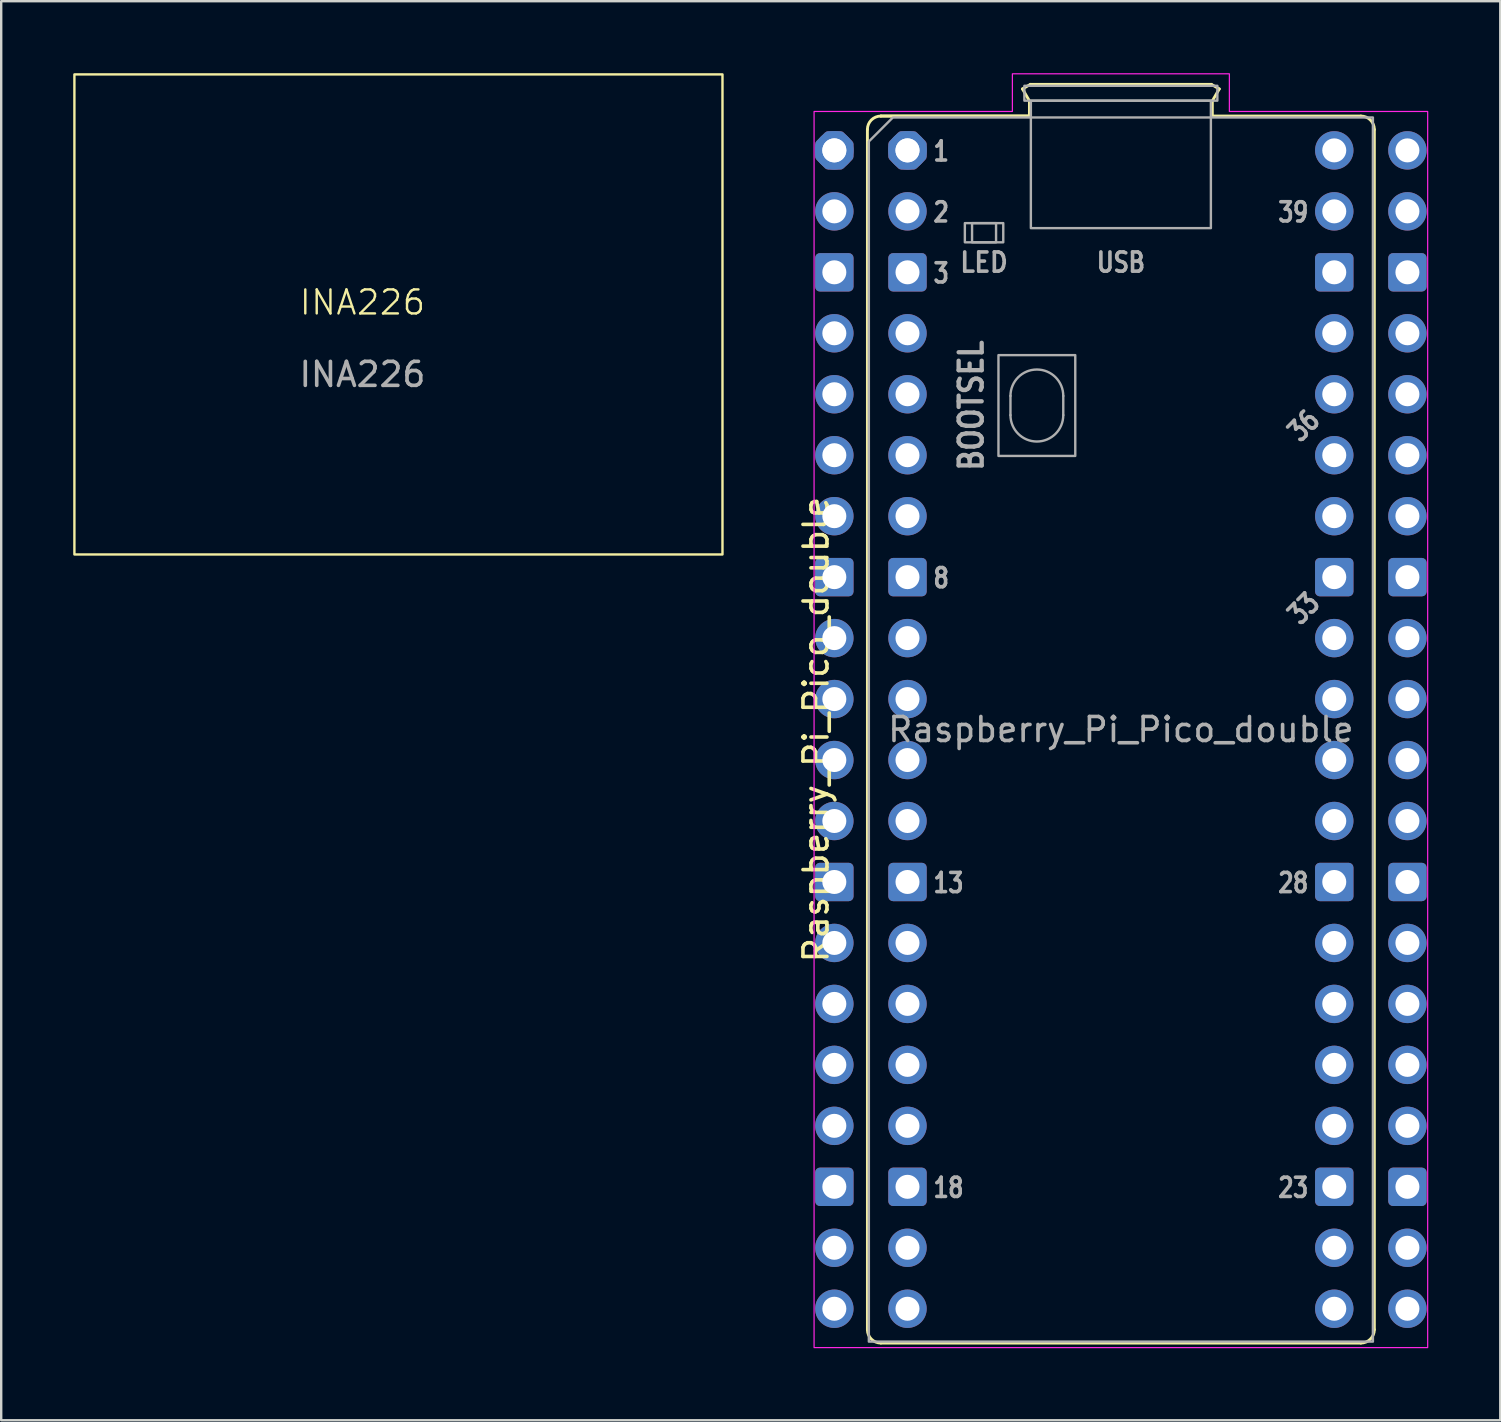
<source format=kicad_pcb>
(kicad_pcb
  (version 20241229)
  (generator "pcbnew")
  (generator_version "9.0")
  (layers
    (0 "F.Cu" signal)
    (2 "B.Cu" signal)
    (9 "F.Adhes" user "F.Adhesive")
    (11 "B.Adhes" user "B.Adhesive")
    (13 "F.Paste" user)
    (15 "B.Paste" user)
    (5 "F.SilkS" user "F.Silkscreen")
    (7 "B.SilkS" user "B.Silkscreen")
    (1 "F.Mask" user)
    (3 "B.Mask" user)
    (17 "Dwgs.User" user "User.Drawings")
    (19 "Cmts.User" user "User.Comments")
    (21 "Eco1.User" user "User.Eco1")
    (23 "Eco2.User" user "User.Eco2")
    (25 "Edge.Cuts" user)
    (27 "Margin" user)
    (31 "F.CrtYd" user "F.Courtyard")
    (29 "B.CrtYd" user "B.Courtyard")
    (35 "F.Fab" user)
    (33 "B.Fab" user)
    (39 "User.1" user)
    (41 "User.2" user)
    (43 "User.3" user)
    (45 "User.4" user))
  (footprint "INA226"
    (layer "F.Cu")
    (at 12.05 10.05)
    (property "Reference" "INA226" (at 0 -0.5 0) (unlocked yes) (layer "F.SilkS") (effects (font (size 1 1) (thickness 0.1))))
    (attr through_hole)
    (fp_rect (start -12 -10) (end 15 10) (stroke (width 0.1) (type default)) (fill no) (layer "F.SilkS"))
    (fp_text user "${REFERENCE}" (at 0 2.5 0) (unlocked yes) (layer "F.Fab") (effects (font (size 1 1) (thickness 0.15)))))
  (footprint "Raspberry_Pi_Pico_double"
    (layer "F.Cu")
    (at 34.758 3.215)
    (property "Reference" "Raspberry_Pi_Pico_double" (at -3.81 24.13 270) (layer "F.SilkS") (effects (font (size 1 1) (thickness 0.15))))
    (attr through_hole)
    (fp_line (start -1.67 -0.87) (end -1.67 49.13) (stroke (width 0.12) (type solid)) (layer "F.SilkS"))
    (fp_line (start -1.11 -1.43) (end 5.08 -1.43) (stroke (width 0.12) (type solid)) (layer "F.SilkS"))
    (fp_line (start -1.11 49.69) (end 18.89 49.69) (stroke (width 0.12) (type solid)) (layer "F.SilkS"))
    (fp_line (start 4.79 -2.56) (end 5.12 -2.75) (stroke (width 0.12) (type solid)) (layer "F.SilkS"))
    (fp_line (start 5.08 -2.06) (end 4.79 -2.56) (stroke (width 0.12) (type solid)) (layer "F.SilkS"))
    (fp_line (start 5.08 -1.43) (end -1.11 -1.43) (stroke (width 0.12) (type solid)) (layer "F.SilkS"))
    (fp_line (start 5.08 -1.43) (end 5.08 -2.06) (stroke (width 0.12) (type solid)) (layer "F.SilkS"))
    (fp_line (start 5.12 -2.75) (end 12.66 -2.75) (stroke (width 0.12) (type solid)) (layer "F.SilkS"))
    (fp_line (start 12.66 -2.75) (end 12.99 -2.56) (stroke (width 0.12) (type solid)) (layer "F.SilkS"))
    (fp_line (start 12.7 -2.06) (end 12.7 -1.43) (stroke (width 0.12) (type solid)) (layer "F.SilkS"))
    (fp_line (start 12.99 -2.56) (end 12.7 -2.06) (stroke (width 0.12) (type solid)) (layer "F.SilkS"))
    (fp_line (start 18.89 -1.43) (end 12.7 -1.43) (stroke (width 0.12) (type solid)) (layer "F.SilkS"))
    (fp_line (start 19.45 -0.87) (end 19.45 49.13) (stroke (width 0.12) (type solid)) (layer "F.SilkS"))
    (fp_arc (start -1.67 -0.87) (mid -1.50598 -1.26598) (end -1.11 -1.43) (stroke (width 0.12) (type solid)) (layer "F.SilkS"))
    (fp_arc (start -1.11 49.69) (mid -1.50598 49.52598) (end -1.67 49.13) (stroke (width 0.12) (type solid)) (layer "F.SilkS"))
    (fp_arc (start 18.89 -1.43) (mid 19.28598 -1.26598) (end 19.45 -0.87) (stroke (width 0.12) (type solid)) (layer "F.SilkS"))
    (fp_arc (start 19.45 49.13) (mid 19.28598 49.52598) (end 18.89 49.69) (stroke (width 0.12) (type solid)) (layer "F.SilkS"))
    (fp_poly (pts (xy 13.41 -1.62) (xy 21.672 -1.62) (xy 21.672 49.88) (xy -3.892 49.88) (xy -3.892 -1.62) (xy 4.37 -1.62) (xy 4.37 -3.19) (xy 13.41 -3.19)) (stroke (width 0.05) (type solid)) (fill no) (layer "F.CrtYd"))
    (fp_line (start 4.29 10.23) (end 4.29 11.03) (stroke (width 0.1) (type solid)) (layer "F.Fab"))
    (fp_line (start 6.49 10.23) (end 6.49 11.03) (stroke (width 0.1) (type solid)) (layer "F.Fab"))
    (fp_rect (start 2.39 3.03) (end 3.99 3.83) (stroke (width 0.1) (type solid)) (fill no) (layer "F.Fab"))
    (fp_rect (start 2.69 3.03) (end 3.69 3.83) (stroke (width 0.1) (type solid)) (fill no) (layer "F.Fab"))
    (fp_rect (start 3.79 8.53) (end 6.99 12.73) (stroke (width 0.1) (type solid)) (fill no) (layer "F.Fab"))
    (fp_rect (start 4.87 -2.69) (end 12.91 -2.07) (stroke (width 0.1) (type solid)) (fill no) (layer "F.Fab"))
    (fp_rect (start 5.14 -2.07) (end 12.64 3.24) (stroke (width 0.1) (type solid)) (fill no) (layer "F.Fab"))
    (fp_arc (start 4.29 10.23) (mid 5.39 9.13) (end 6.49 10.23) (stroke (width 0.1) (type solid)) (layer "F.Fab"))
    (fp_arc (start 6.49 11.03) (mid 5.39 12.13) (end 4.29 11.03) (stroke (width 0.1) (type solid)) (layer "F.Fab"))
    (fp_poly (pts (xy 19.39 49.63) (xy -1.61 49.63) (xy -1.61 -0.37) (xy -0.61 -1.37) (xy 19.39 -1.37)) (stroke (width 0.1) (type solid)) (fill no) (layer "F.Fab"))
    (fp_text user "8" (at 1 17.818 0) (unlocked yes) (layer "F.Fab") (effects (font (size 0.8 0.64) (thickness 0.15)) (justify left)))
    (fp_text user "18" (at 1 43.218 0) (unlocked yes) (layer "F.Fab") (effects (font (size 0.8 0.64) (thickness 0.15)) (justify left)))
    (fp_text user "36" (at 16.51 11.468 45) (unlocked yes) (layer "F.Fab") (effects (font (size 0.8 0.64) (thickness 0.15))))
    (fp_text user "23" (at 16.78 43.218 0) (unlocked yes) (layer "F.Fab") (effects (font (size 0.8 0.64) (thickness 0.15)) (justify right)))
    (fp_text user "3" (at 1 5.118 0) (unlocked yes) (layer "F.Fab") (effects (font (size 0.8 0.64) (thickness 0.15)) (justify left)))
    (fp_text user "1" (at 1 0.038 0) (unlocked yes) (layer "F.Fab") (effects (font (size 0.8 0.64) (thickness 0.15)) (justify left)))
    (fp_text user "${REFERENCE}" (at 8.89 24.13 0) (unlocked yes) (layer "F.Fab") (effects (font (size 1 1) (thickness 0.15))))
    (fp_text user "LED" (at 3.19 4.668 0) (unlocked yes) (layer "F.Fab") (effects (font (size 0.8 0.72) (thickness 0.15))))
    (fp_text user "2" (at 1 2.578 0) (unlocked yes) (layer "F.Fab") (effects (font (size 0.8 0.64) (thickness 0.15)) (justify left)))
    (fp_text user "13" (at 1 30.518 0) (unlocked yes) (layer "F.Fab") (effects (font (size 0.8 0.64) (thickness 0.15)) (justify left)))
    (fp_text user "33" (at 16.51 19.088 45) (unlocked yes) (layer "F.Fab") (effects (font (size 0.8 0.64) (thickness 0.15))))
    (fp_text user "BOOTSEL" (at 2.656 10.63 90) (unlocked yes) (layer "F.Fab") (effects (font (size 0.96 0.825) (thickness 0.18))))
    (fp_text user "USB" (at 8.89 4.668 0) (unlocked yes) (layer "F.Fab") (effects (font (size 0.8 0.66) (thickness 0.15))))
    (fp_text user "28" (at 16.78 30.518 0) (unlocked yes) (layer "F.Fab") (effects (font (size 0.8 0.64) (thickness 0.15)) (justify right)))
    (fp_text user "39" (at 16.78 2.578 0) (unlocked yes) (layer "F.Fab") (effects (font (size 0.8 0.64) (thickness 0.15)) (justify right)))
    (pad "1" thru_hole circle (at -3.048 0) (size 1.6 1.6) (drill 1) (layers "*.Cu" "*.Mask"))
    (pad "1" thru_hole custom (at -3.048 0) (size 1.6 1.6) (drill 1) (layers "*.Cu" "*.Mask") (options (anchor circle)) (primitives (gr_poly (pts (xy 0.6 0.249) (xy 0.249 0.6) (xy -0.249 0.6) (xy -0.6 0.249) (xy -0.6 -0.249) (xy -0.249 -0.6) (xy 0.249 -0.6) (xy 0.6 -0.249)) (width 0.4) (fill yes))))
    (pad "1" thru_hole circle (at 0 0) (size 1.6 1.6) (drill 1) (layers "*.Cu" "*.Mask"))
    (pad "1" thru_hole custom (at 0 0) (size 1.6 1.6) (drill 1) (layers "*.Cu" "*.Mask") (options (anchor circle)) (primitives (gr_poly (pts (xy 0.6 0.249) (xy 0.249 0.6) (xy -0.249 0.6) (xy -0.6 0.249) (xy -0.6 -0.249) (xy -0.249 -0.6) (xy 0.249 -0.6) (xy 0.6 -0.249)) (width 0.4) (fill yes))))
    (pad "2" thru_hole circle (at -3.048 2.54) (size 1.6 1.6) (drill 1) (layers "*.Cu" "*.Mask"))
    (pad "2" thru_hole circle (at 0 2.54) (size 1.6 1.6) (drill 1) (layers "*.Cu" "*.Mask"))
    (pad "3" thru_hole roundrect (at -3.048 5.08) (size 1.6 1.6) (drill 1) (layers "*.Cu" "*.Mask") (roundrect_rratio 0.125))
    (pad "3" thru_hole roundrect (at 0 5.08) (size 1.6 1.6) (drill 1) (layers "*.Cu" "*.Mask") (roundrect_rratio 0.125))
    (pad "4" thru_hole circle (at -3.048 7.62) (size 1.6 1.6) (drill 1) (layers "*.Cu" "*.Mask"))
    (pad "4" thru_hole circle (at 0 7.62) (size 1.6 1.6) (drill 1) (layers "*.Cu" "*.Mask"))
    (pad "5" thru_hole circle (at -3.048 10.16) (size 1.6 1.6) (drill 1) (layers "*.Cu" "*.Mask"))
    (pad "5" thru_hole circle (at 0 10.16) (size 1.6 1.6) (drill 1) (layers "*.Cu" "*.Mask"))
    (pad "6" thru_hole circle (at -3.048 12.7) (size 1.6 1.6) (drill 1) (layers "*.Cu" "*.Mask"))
    (pad "6" thru_hole circle (at 0 12.7) (size 1.6 1.6) (drill 1) (layers "*.Cu" "*.Mask"))
    (pad "7" thru_hole circle (at -3.048 15.24) (size 1.6 1.6) (drill 1) (layers "*.Cu" "*.Mask"))
    (pad "7" thru_hole circle (at 0 15.24) (size 1.6 1.6) (drill 1) (layers "*.Cu" "*.Mask"))
    (pad "8" thru_hole roundrect (at -3.048 17.78) (size 1.6 1.6) (drill 1) (layers "*.Cu" "*.Mask") (roundrect_rratio 0.125))
    (pad "8" thru_hole roundrect (at 0 17.78) (size 1.6 1.6) (drill 1) (layers "*.Cu" "*.Mask") (roundrect_rratio 0.125))
    (pad "9" thru_hole circle (at -3.048 20.32) (size 1.6 1.6) (drill 1) (layers "*.Cu" "*.Mask"))
    (pad "9" thru_hole circle (at 0 20.32) (size 1.6 1.6) (drill 1) (layers "*.Cu" "*.Mask"))
    (pad "10" thru_hole circle (at -3.048 22.86) (size 1.6 1.6) (drill 1) (layers "*.Cu" "*.Mask"))
    (pad "10" thru_hole circle (at 0 22.86) (size 1.6 1.6) (drill 1) (layers "*.Cu" "*.Mask"))
    (pad "11" thru_hole circle (at -3.048 25.4) (size 1.6 1.6) (drill 1) (layers "*.Cu" "*.Mask"))
    (pad "11" thru_hole circle (at 0 25.4) (size 1.6 1.6) (drill 1) (layers "*.Cu" "*.Mask"))
    (pad "12" thru_hole circle (at -3.048 27.94) (size 1.6 1.6) (drill 1) (layers "*.Cu" "*.Mask"))
    (pad "12" thru_hole circle (at 0 27.94) (size 1.6 1.6) (drill 1) (layers "*.Cu" "*.Mask"))
    (pad "13" thru_hole roundrect (at -3.048 30.48) (size 1.6 1.6) (drill 1) (layers "*.Cu" "*.Mask") (roundrect_rratio 0.125))
    (pad "13" thru_hole roundrect (at 0 30.48) (size 1.6 1.6) (drill 1) (layers "*.Cu" "*.Mask") (roundrect_rratio 0.125))
    (pad "14" thru_hole circle (at -3.048 33.02) (size 1.6 1.6) (drill 1) (layers "*.Cu" "*.Mask"))
    (pad "14" thru_hole circle (at 0 33.02) (size 1.6 1.6) (drill 1) (layers "*.Cu" "*.Mask"))
    (pad "15" thru_hole circle (at -3.048 35.56) (size 1.6 1.6) (drill 1) (layers "*.Cu" "*.Mask"))
    (pad "15" thru_hole circle (at 0 35.56) (size 1.6 1.6) (drill 1) (layers "*.Cu" "*.Mask"))
    (pad "16" thru_hole circle (at -3.048 38.1) (size 1.6 1.6) (drill 1) (layers "*.Cu" "*.Mask"))
    (pad "16" thru_hole circle (at 0 38.1) (size 1.6 1.6) (drill 1) (layers "*.Cu" "*.Mask"))
    (pad "17" thru_hole circle (at -3.048 40.64) (size 1.6 1.6) (drill 1) (layers "*.Cu" "*.Mask"))
    (pad "17" thru_hole circle (at 0 40.64) (size 1.6 1.6) (drill 1) (layers "*.Cu" "*.Mask"))
    (pad "18" thru_hole roundrect (at -3.048 43.18) (size 1.6 1.6) (drill 1) (layers "*.Cu" "*.Mask") (roundrect_rratio 0.125))
    (pad "18" thru_hole roundrect (at 0 43.18) (size 1.6 1.6) (drill 1) (layers "*.Cu" "*.Mask") (roundrect_rratio 0.125))
    (pad "19" thru_hole circle (at -3.048 45.72) (size 1.6 1.6) (drill 1) (layers "*.Cu" "*.Mask"))
    (pad "19" thru_hole circle (at 0 45.72) (size 1.6 1.6) (drill 1) (layers "*.Cu" "*.Mask"))
    (pad "20" thru_hole circle (at -3.048 48.26) (size 1.6 1.6) (drill 1) (layers "*.Cu" "*.Mask"))
    (pad "20" thru_hole circle (at 0 48.26) (size 1.6 1.6) (drill 1) (layers "*.Cu" "*.Mask"))
    (pad "21" thru_hole circle (at 17.78 48.26) (size 1.6 1.6) (drill 1) (layers "*.Cu" "*.Mask"))
    (pad "21" thru_hole circle (at 20.828 48.26) (size 1.6 1.6) (drill 1) (layers "*.Cu" "*.Mask"))
    (pad "22" thru_hole circle (at 17.78 45.72) (size 1.6 1.6) (drill 1) (layers "*.Cu" "*.Mask"))
    (pad "22" thru_hole circle (at 20.828 45.72) (size 1.6 1.6) (drill 1) (layers "*.Cu" "*.Mask"))
    (pad "23" thru_hole roundrect (at 17.78 43.18) (size 1.6 1.6) (drill 1) (layers "*.Cu" "*.Mask") (roundrect_rratio 0.125))
    (pad "23" thru_hole roundrect (at 20.828 43.18) (size 1.6 1.6) (drill 1) (layers "*.Cu" "*.Mask") (roundrect_rratio 0.125))
    (pad "24" thru_hole circle (at 17.78 40.64) (size 1.6 1.6) (drill 1) (layers "*.Cu" "*.Mask"))
    (pad "24" thru_hole circle (at 20.828 40.64) (size 1.6 1.6) (drill 1) (layers "*.Cu" "*.Mask"))
    (pad "25" thru_hole circle (at 17.78 38.1) (size 1.6 1.6) (drill 1) (layers "*.Cu" "*.Mask"))
    (pad "25" thru_hole circle (at 20.828 38.1) (size 1.6 1.6) (drill 1) (layers "*.Cu" "*.Mask"))
    (pad "26" thru_hole circle (at 17.78 35.56) (size 1.6 1.6) (drill 1) (layers "*.Cu" "*.Mask"))
    (pad "26" thru_hole circle (at 20.828 35.56) (size 1.6 1.6) (drill 1) (layers "*.Cu" "*.Mask"))
    (pad "27" thru_hole circle (at 17.78 33.02) (size 1.6 1.6) (drill 1) (layers "*.Cu" "*.Mask"))
    (pad "27" thru_hole circle (at 20.828 33.02) (size 1.6 1.6) (drill 1) (layers "*.Cu" "*.Mask"))
    (pad "28" thru_hole roundrect (at 17.78 30.48) (size 1.6 1.6) (drill 1) (layers "*.Cu" "*.Mask") (roundrect_rratio 0.125))
    (pad "28" thru_hole roundrect (at 20.828 30.48) (size 1.6 1.6) (drill 1) (layers "*.Cu" "*.Mask") (roundrect_rratio 0.125))
    (pad "29" thru_hole circle (at 17.78 27.94) (size 1.6 1.6) (drill 1) (layers "*.Cu" "*.Mask"))
    (pad "29" thru_hole circle (at 20.828 27.94) (size 1.6 1.6) (drill 1) (layers "*.Cu" "*.Mask"))
    (pad "30" thru_hole circle (at 17.78 25.4) (size 1.6 1.6) (drill 1) (layers "*.Cu" "*.Mask"))
    (pad "30" thru_hole circle (at 20.828 25.4) (size 1.6 1.6) (drill 1) (layers "*.Cu" "*.Mask"))
    (pad "31" thru_hole circle (at 17.78 22.86) (size 1.6 1.6) (drill 1) (layers "*.Cu" "*.Mask"))
    (pad "31" thru_hole circle (at 20.828 22.86) (size 1.6 1.6) (drill 1) (layers "*.Cu" "*.Mask"))
    (pad "32" thru_hole circle (at 17.78 20.32) (size 1.6 1.6) (drill 1) (layers "*.Cu" "*.Mask"))
    (pad "32" thru_hole circle (at 20.828 20.32) (size 1.6 1.6) (drill 1) (layers "*.Cu" "*.Mask"))
    (pad "33" thru_hole roundrect (at 17.78 17.78) (size 1.6 1.6) (drill 1) (layers "*.Cu" "*.Mask") (roundrect_rratio 0.125))
    (pad "33" thru_hole roundrect (at 20.828 17.78) (size 1.6 1.6) (drill 1) (layers "*.Cu" "*.Mask") (roundrect_rratio 0.125))
    (pad "34" thru_hole circle (at 17.78 15.24) (size 1.6 1.6) (drill 1) (layers "*.Cu" "*.Mask"))
    (pad "34" thru_hole circle (at 20.828 15.24) (size 1.6 1.6) (drill 1) (layers "*.Cu" "*.Mask"))
    (pad "35" thru_hole circle (at 17.78 12.7) (size 1.6 1.6) (drill 1) (layers "*.Cu" "*.Mask"))
    (pad "35" thru_hole circle (at 20.828 12.7) (size 1.6 1.6) (drill 1) (layers "*.Cu" "*.Mask"))
    (pad "36" thru_hole circle (at 17.78 10.16) (size 1.6 1.6) (drill 1) (layers "*.Cu" "*.Mask"))
    (pad "36" thru_hole circle (at 20.828 10.16) (size 1.6 1.6) (drill 1) (layers "*.Cu" "*.Mask"))
    (pad "37" thru_hole circle (at 17.78 7.62) (size 1.6 1.6) (drill 1) (layers "*.Cu" "*.Mask"))
    (pad "37" thru_hole circle (at 20.828 7.62) (size 1.6 1.6) (drill 1) (layers "*.Cu" "*.Mask"))
    (pad "38" thru_hole roundrect (at 17.78 5.08) (size 1.6 1.6) (drill 1) (layers "*.Cu" "*.Mask") (roundrect_rratio 0.125))
    (pad "38" thru_hole roundrect (at 20.828 5.08) (size 1.6 1.6) (drill 1) (layers "*.Cu" "*.Mask") (roundrect_rratio 0.125))
    (pad "39" thru_hole circle (at 17.78 2.54) (size 1.6 1.6) (drill 1) (layers "*.Cu" "*.Mask"))
    (pad "39" thru_hole circle (at 20.828 2.54) (size 1.6 1.6) (drill 1) (layers "*.Cu" "*.Mask"))
    (pad "40" thru_hole circle (at 17.78 0) (size 1.6 1.6) (drill 1) (layers "*.Cu" "*.Mask"))
    (pad "40" thru_hole circle (at 20.828 0) (size 1.6 1.6) (drill 1) (layers "*.Cu" "*.Mask")))
  (gr_rect
    (start -3 -3)
    (end 59.455 56.12)
    (stroke (width 0.1) (type default))
    (fill no)
    (layer "Edge.Cuts")))
</source>
